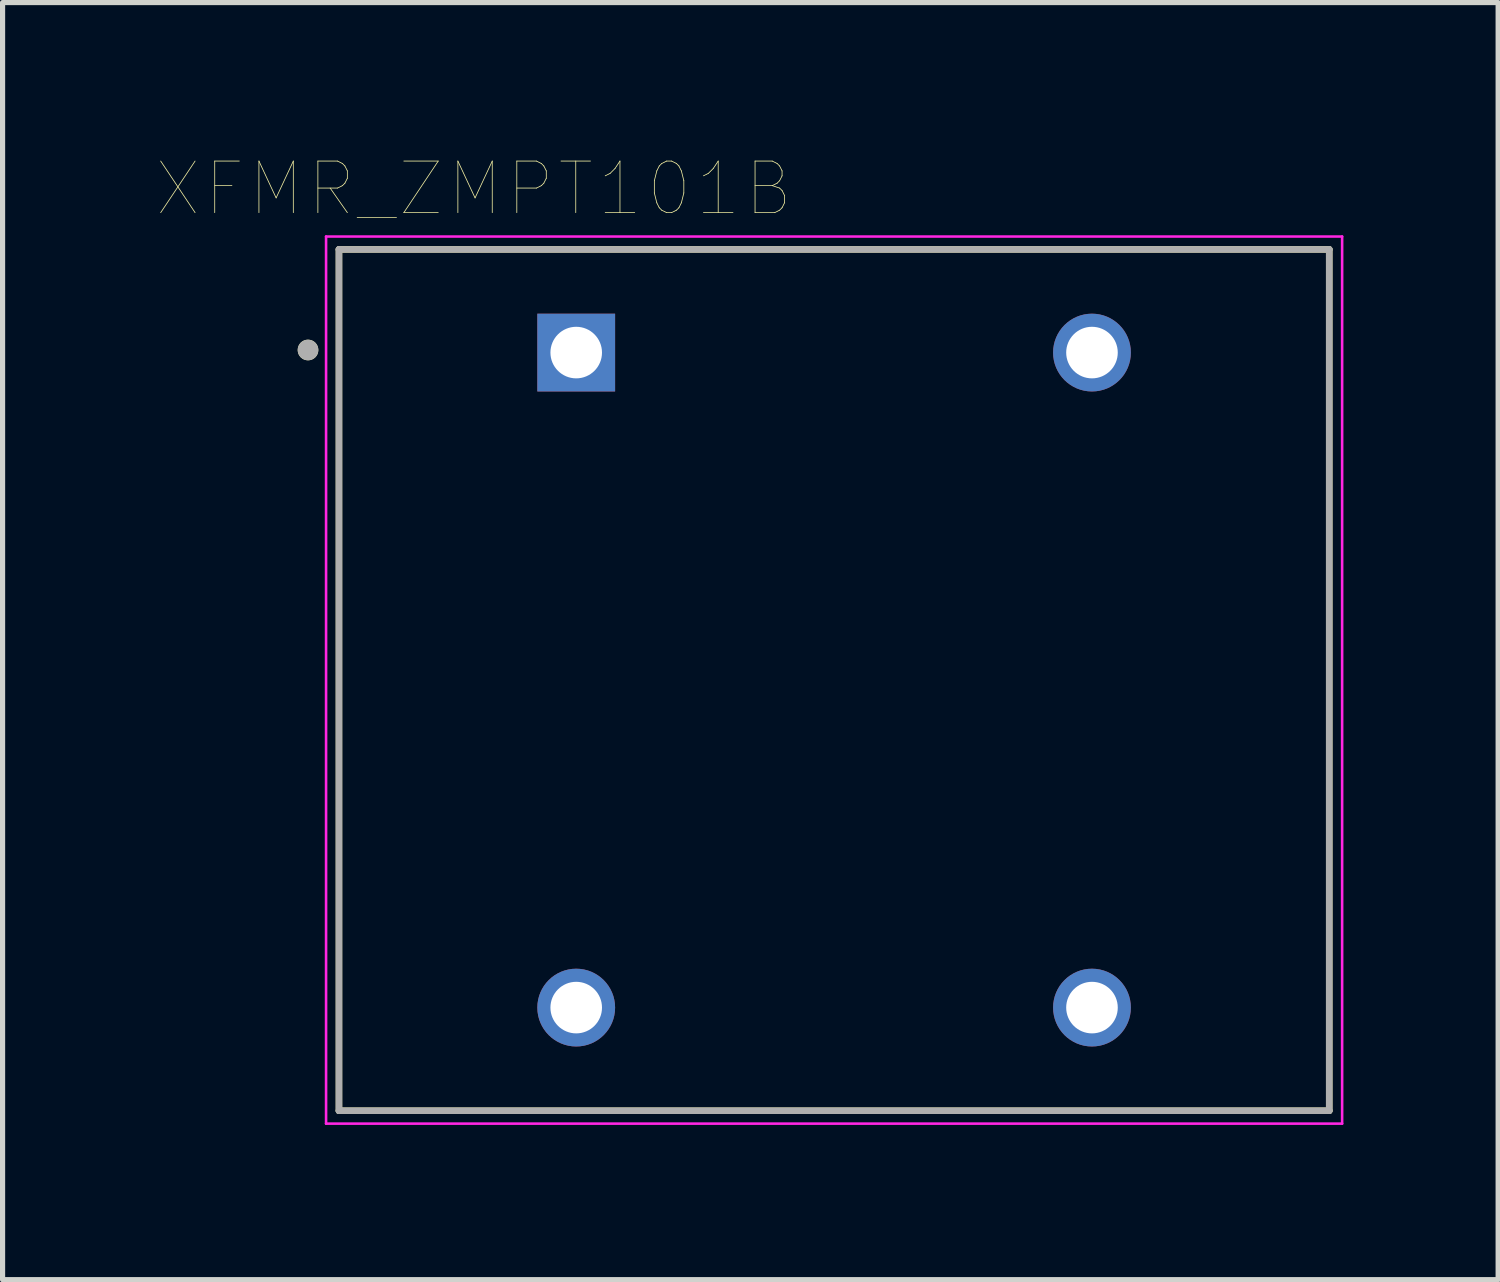
<source format=kicad_pcb>
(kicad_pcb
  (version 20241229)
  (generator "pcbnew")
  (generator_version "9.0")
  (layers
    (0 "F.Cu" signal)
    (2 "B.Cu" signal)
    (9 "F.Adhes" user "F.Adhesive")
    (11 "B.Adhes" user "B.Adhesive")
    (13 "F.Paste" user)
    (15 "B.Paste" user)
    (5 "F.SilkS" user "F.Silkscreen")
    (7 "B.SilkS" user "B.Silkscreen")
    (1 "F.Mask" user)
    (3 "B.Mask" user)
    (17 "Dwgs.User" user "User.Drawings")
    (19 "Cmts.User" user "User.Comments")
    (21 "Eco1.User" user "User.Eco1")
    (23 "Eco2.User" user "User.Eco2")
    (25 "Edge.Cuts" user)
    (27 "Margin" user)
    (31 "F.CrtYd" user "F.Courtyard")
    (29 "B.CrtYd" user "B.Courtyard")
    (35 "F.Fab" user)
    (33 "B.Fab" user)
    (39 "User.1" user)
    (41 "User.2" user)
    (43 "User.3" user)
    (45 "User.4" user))
  (footprint "XFMR_ZMPT101B"
    (layer "F.Cu")
    (at 13.122 10.136)
    (property "Reference" "XFMR_ZMPT101B" (at -6.985 -9.525 0) (layer "F.SilkS") (effects (font (size 1 1) (thickness 0.015))))
    (attr through_hole)
    (fp_line (start -9.6 -8.35) (end 9.6 -8.35) (stroke (width 0.127) (type solid)) (layer "F.SilkS"))
    (fp_line (start -9.6 8.35) (end -9.6 -8.35) (stroke (width 0.127) (type solid)) (layer "F.SilkS"))
    (fp_line (start 9.6 -8.35) (end 9.6 8.35) (stroke (width 0.127) (type solid)) (layer "F.SilkS"))
    (fp_line (start 9.6 8.35) (end -9.6 8.35) (stroke (width 0.127) (type solid)) (layer "F.SilkS"))
    (fp_circle (center -10.2 -6.4) (end -10.1 -6.4) (stroke (width 0.2) (type solid)) (fill no) (layer "F.SilkS"))
    (fp_line (start -9.85 -8.6) (end 9.85 -8.6) (stroke (width 0.05) (type solid)) (layer "F.CrtYd"))
    (fp_line (start -9.85 8.6) (end -9.85 -8.6) (stroke (width 0.05) (type solid)) (layer "F.CrtYd"))
    (fp_line (start 9.85 -8.6) (end 9.85 8.6) (stroke (width 0.05) (type solid)) (layer "F.CrtYd"))
    (fp_line (start 9.85 8.6) (end -9.85 8.6) (stroke (width 0.05) (type solid)) (layer "F.CrtYd"))
    (fp_line (start -9.6 -8.35) (end 9.6 -8.35) (stroke (width 0.127) (type solid)) (layer "F.Fab"))
    (fp_line (start -9.6 8.35) (end -9.6 -8.35) (stroke (width 0.127) (type solid)) (layer "F.Fab"))
    (fp_line (start 9.6 -8.35) (end 9.6 8.35) (stroke (width 0.127) (type solid)) (layer "F.Fab"))
    (fp_line (start 9.6 8.35) (end -9.6 8.35) (stroke (width 0.127) (type solid)) (layer "F.Fab"))
    (fp_circle (center -10.2 -6.4) (end -10.1 -6.4) (stroke (width 0.2) (type solid)) (fill no) (layer "F.Fab"))
    (pad "1" thru_hole rect (at -5 -6.35) (size 1.508 1.508) (drill 1) (layers "*.Cu" "*.Mask"))
    (pad "2" thru_hole circle (at -5 6.35) (size 1.508 1.508) (drill 1) (layers "*.Cu" "*.Mask"))
    (pad "3" thru_hole circle (at 5 6.35) (size 1.508 1.508) (drill 1) (layers "*.Cu" "*.Mask"))
    (pad "4" thru_hole circle (at 5 -6.35) (size 1.508 1.508) (drill 1) (layers "*.Cu" "*.Mask")))
  (gr_rect
    (start -3 -3)
    (end 25.997 21.761)
    (stroke (width 0.1) (type default))
    (fill no)
    (layer "Edge.Cuts")))
</source>
